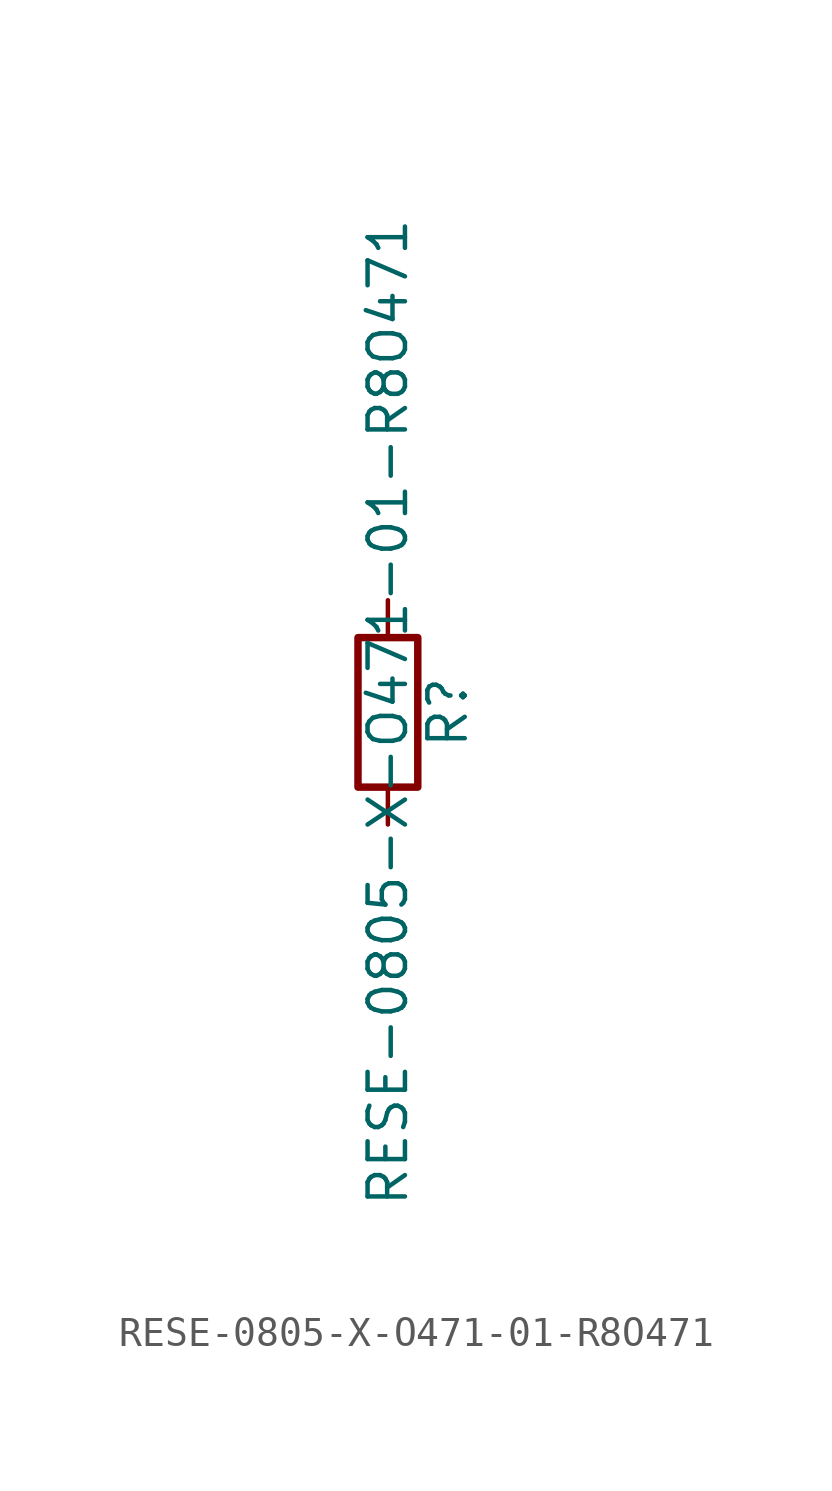
<source format=kicad_sym>
(kicad_symbol_lib
  (version 20211014)
  (generator kicad_symbol_editor)
  (symbol "RESE-0805-X-O471-01-R8O471"
    (pin_numbers hide)
    (pin_names
      (offset 0))
    (property "Reference" "R"
      (at 2.032 0 90)
      (effects (font (size 1.27 1.27))))
    (property "Value" "RESE-0805-X-O471-01-R8O471"
      (at 0 0 90)
      (effects (font (size 1.27 1.27))))
    (symbol "RESE-0805-X-O471-01-R8O471_0_1"
      (rectangle (start -1.016 -2.54) (end 1.016 2.54) (stroke (width 0.254) (type default) (color 0 0 0 0)) (fill (type none))))
    (symbol "RESE-0805-X-O471-01-R8O471_1_1"
      (pin passive line (at 0 3.81 270) (length 1.27) (name "~" (effects (font (size 1.27 1.27)))) (number "1" (effects (font (size 1.27 1.27)))))
      (pin passive line (at 0 -3.81 90) (length 1.27) (name "~" (effects (font (size 1.27 1.27)))) (number "2" (effects (font (size 1.27 1.27))))))))
</source>
